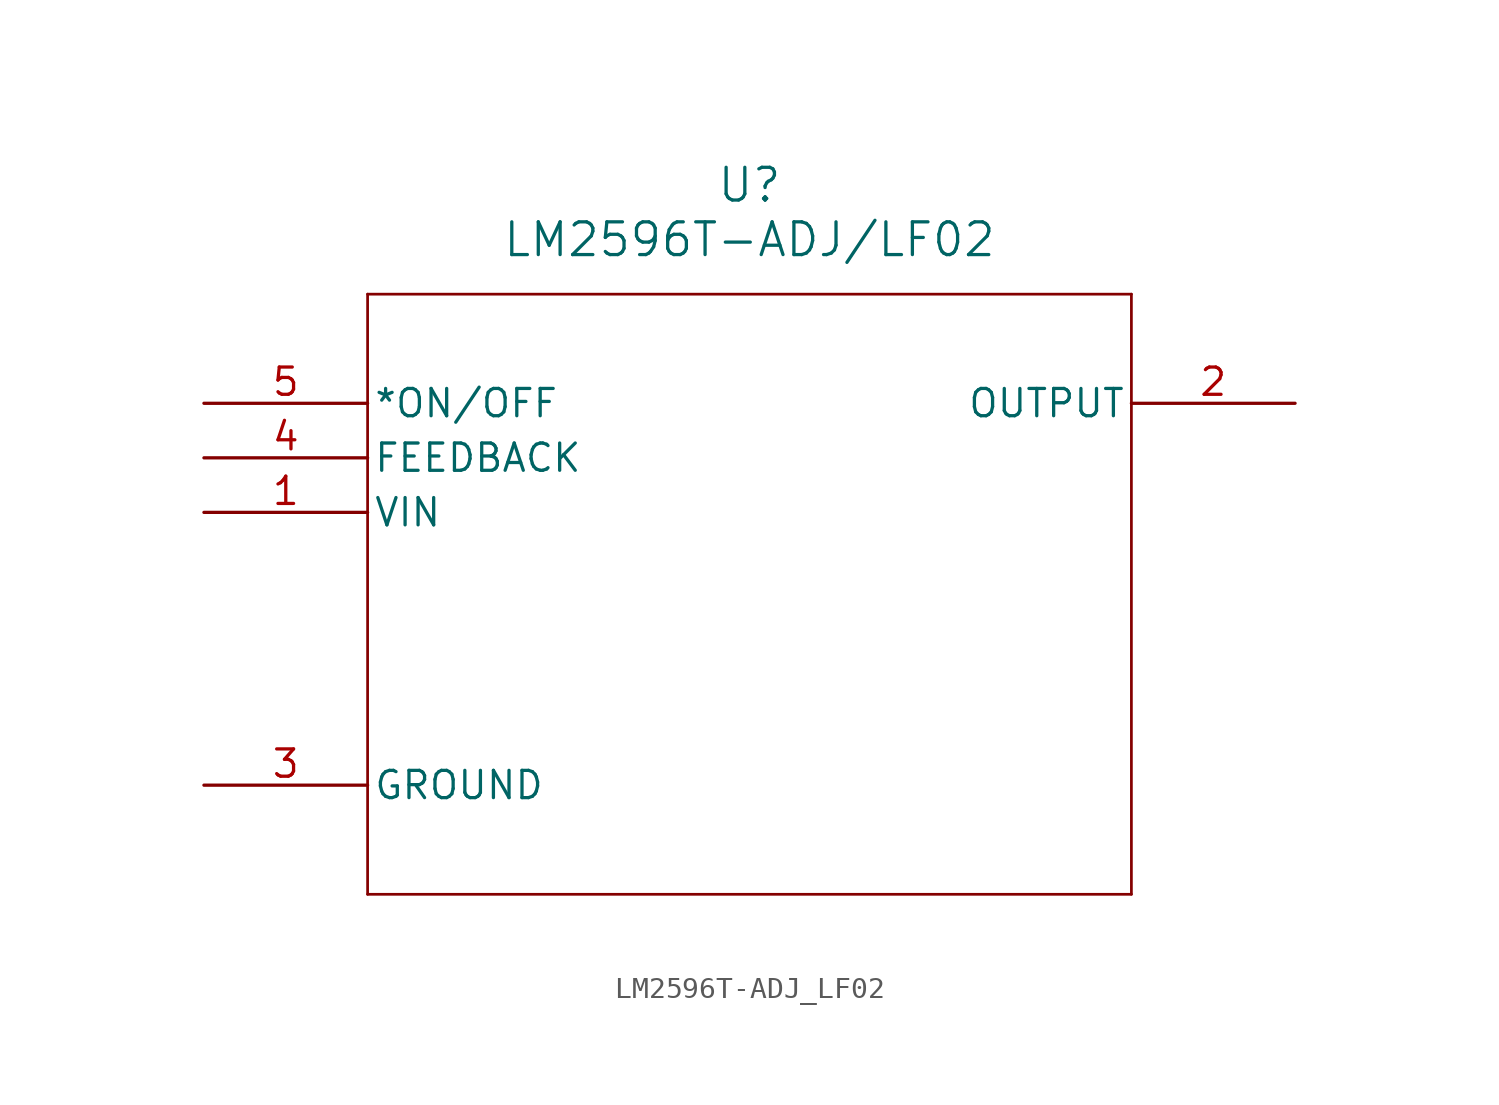
<source format=kicad_sym>
(kicad_symbol_lib
  (version 20211014)
  (generator kicad_symbol_editor)
  (symbol "LM2596T-ADJ_LF02"
    (pin_names
      (offset 0.254))
    (property "Reference" "U"
      (at 25.4 10.16 0)
      (effects (font (size 1.524 1.524))))
    (property "Value" "LM2596T-ADJ/LF02"
      (at 25.4 7.62 0)
      (effects (font (size 1.524 1.524))))
    (symbol "LM2596T-ADJ_LF02_0_1"
      (polyline (pts (xy 7.62 5.08) (xy 7.62 -22.86)) (stroke (width 0.127) (type default) (color 0 0 0 0)) (fill (type none)))
      (polyline (pts (xy 7.62 -22.86) (xy 43.18 -22.86)) (stroke (width 0.127) (type default) (color 0 0 0 0)) (fill (type none)))
      (polyline (pts (xy 43.18 -22.86) (xy 43.18 5.08)) (stroke (width 0.127) (type default) (color 0 0 0 0)) (fill (type none)))
      (polyline (pts (xy 43.18 5.08) (xy 7.62 5.08)) (stroke (width 0.127) (type default) (color 0 0 0 0)) (fill (type none)))
      (pin input line (at 0 -5.08 0) (length 7.62) (name "VIN" (effects (font (size 1.27 1.27)))) (number "1" (effects (font (size 1.27 1.27)))))
      (pin output line (at 50.8 0 180) (length 7.62) (name "OUTPUT" (effects (font (size 1.27 1.27)))) (number "2" (effects (font (size 1.27 1.27)))))
      (pin power_in line (at 0 -17.78 0) (length 7.62) (name "GROUND" (effects (font (size 1.27 1.27)))) (number "3" (effects (font (size 1.27 1.27)))))
      (pin input line (at 0 -2.54 0) (length 7.62) (name "FEEDBACK" (effects (font (size 1.27 1.27)))) (number "4" (effects (font (size 1.27 1.27)))))
      (pin input line (at 0 0 0) (length 7.62) (name "*ON/OFF" (effects (font (size 1.27 1.27)))) (number "5" (effects (font (size 1.27 1.27))))))))
</source>
